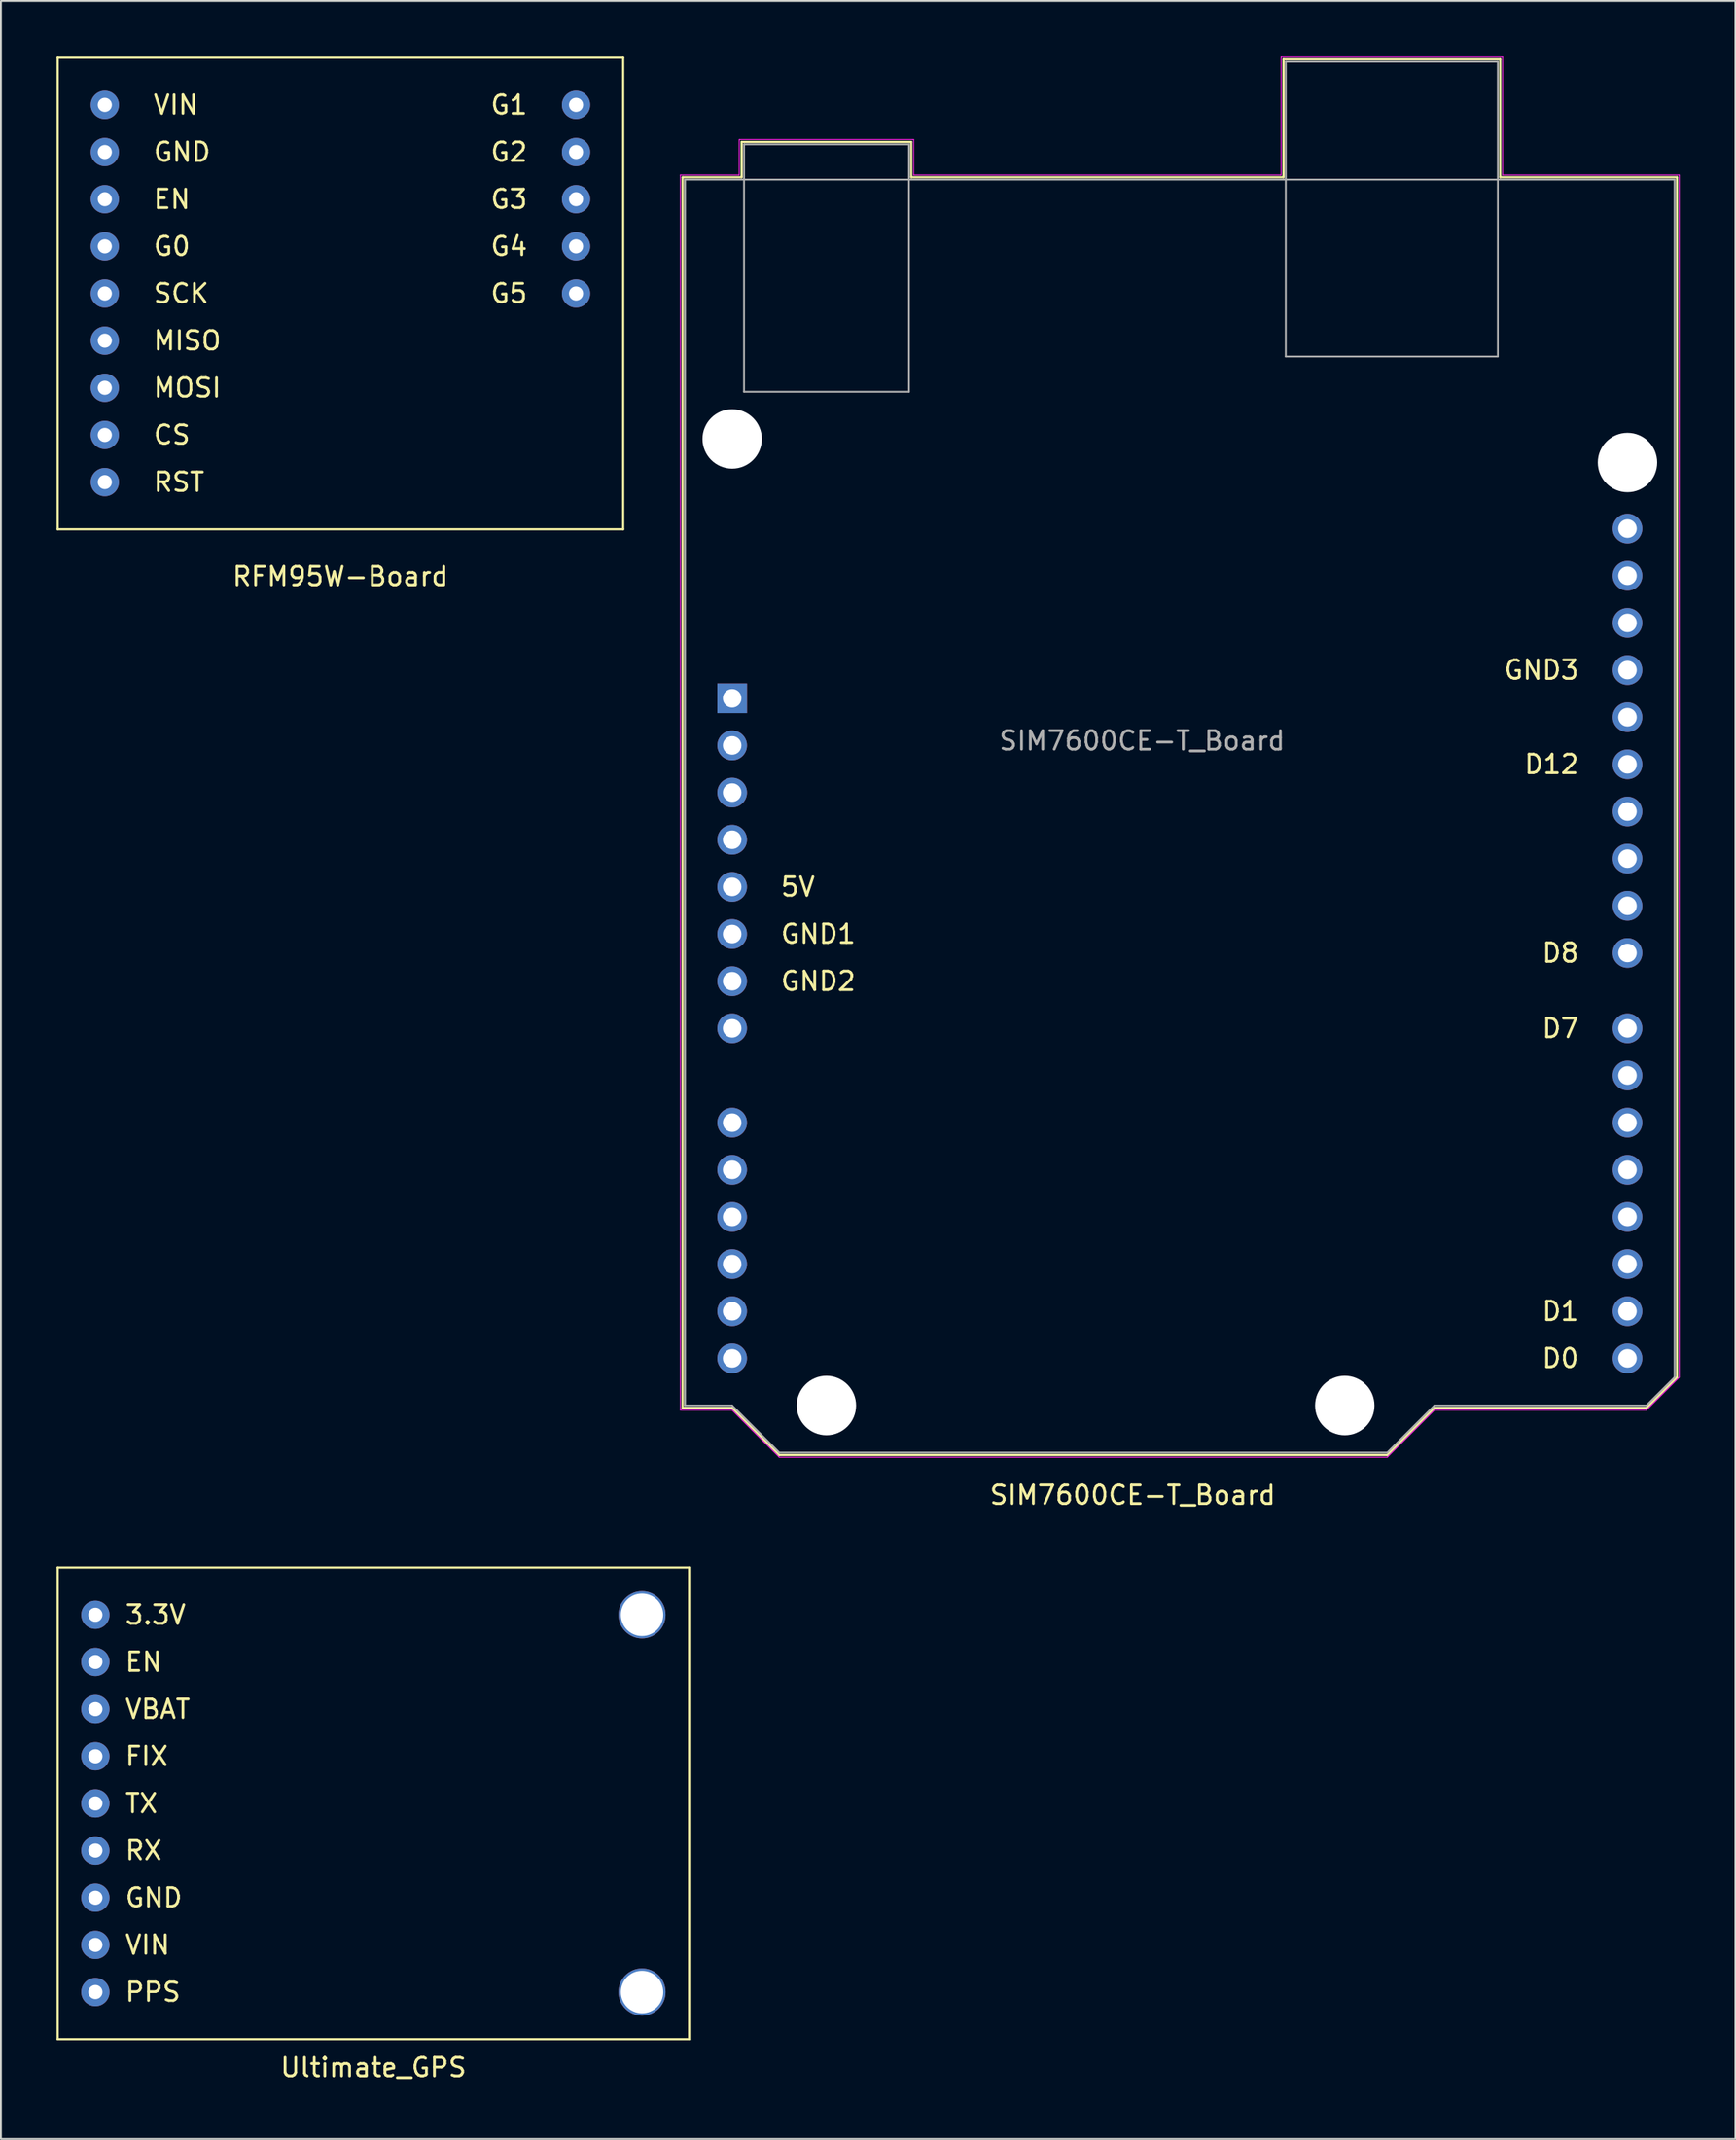
<source format=kicad_pcb>
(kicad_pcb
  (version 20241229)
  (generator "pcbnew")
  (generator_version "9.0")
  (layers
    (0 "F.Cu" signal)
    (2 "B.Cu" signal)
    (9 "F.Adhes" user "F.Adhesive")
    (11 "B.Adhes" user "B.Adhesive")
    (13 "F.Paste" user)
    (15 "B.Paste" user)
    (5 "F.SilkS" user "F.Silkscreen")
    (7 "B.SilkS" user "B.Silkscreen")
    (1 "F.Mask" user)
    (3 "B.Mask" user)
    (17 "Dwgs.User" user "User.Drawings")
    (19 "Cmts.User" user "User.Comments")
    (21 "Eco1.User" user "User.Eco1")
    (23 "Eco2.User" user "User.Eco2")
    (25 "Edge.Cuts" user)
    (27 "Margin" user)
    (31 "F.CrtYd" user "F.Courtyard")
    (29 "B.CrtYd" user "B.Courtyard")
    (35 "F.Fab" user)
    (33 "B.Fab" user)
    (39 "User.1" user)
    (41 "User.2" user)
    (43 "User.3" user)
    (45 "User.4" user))
  (footprint "SIM7600CE-T_Board"
    (layer "F.Cu")
    (at 58.513 49.551)
    (property "Reference" "SIM7600CE-T_Board" (at -0.508 27.94 180) (layer "F.SilkS") (effects (font (size 1 1) (thickness 0.15))))
    (attr through_hole)
    (fp_line (start -24.768 -43.056) (end -21.588 -43.056) (stroke (width 0.12) (type solid)) (layer "F.SilkS"))
    (fp_line (start -24.768 23.244) (end -24.768 -43.056) (stroke (width 0.12) (type solid)) (layer "F.SilkS"))
    (fp_line (start -22.098 23.244) (end -24.768 23.244) (stroke (width 0.12) (type solid)) (layer "F.SilkS"))
    (fp_line (start -21.588 -44.956) (end -12.448 -44.956) (stroke (width 0.12) (type solid)) (layer "F.SilkS"))
    (fp_line (start -21.588 -43.056) (end -21.588 -44.956) (stroke (width 0.12) (type solid)) (layer "F.SilkS"))
    (fp_line (start -19.558 25.784) (end -22.098 23.244) (stroke (width 0.12) (type solid)) (layer "F.SilkS"))
    (fp_line (start -12.448 -44.956) (end -12.448 -43.056) (stroke (width 0.12) (type solid)) (layer "F.SilkS"))
    (fp_line (start -12.448 -43.056) (end 7.622 -43.056) (stroke (width 0.12) (type solid)) (layer "F.SilkS"))
    (fp_line (start 7.622 -49.406) (end 19.302 -49.406) (stroke (width 0.12) (type solid)) (layer "F.SilkS"))
    (fp_line (start 7.622 -43.056) (end 7.622 -49.406) (stroke (width 0.12) (type solid)) (layer "F.SilkS"))
    (fp_line (start 13.212 25.784) (end -19.558 25.784) (stroke (width 0.12) (type solid)) (layer "F.SilkS"))
    (fp_line (start 15.752 23.244) (end 13.212 25.784) (stroke (width 0.12) (type solid)) (layer "F.SilkS"))
    (fp_line (start 19.302 -49.406) (end 19.302 -43.056) (stroke (width 0.12) (type solid)) (layer "F.SilkS"))
    (fp_line (start 19.302 -43.056) (end 28.832 -43.056) (stroke (width 0.12) (type solid)) (layer "F.SilkS"))
    (fp_line (start 27.182 23.244) (end 15.752 23.244) (stroke (width 0.12) (type solid)) (layer "F.SilkS"))
    (fp_line (start 28.832 -43.056) (end 28.832 21.594) (stroke (width 0.12) (type solid)) (layer "F.SilkS"))
    (fp_line (start 28.832 21.594) (end 27.182 23.244) (stroke (width 0.12) (type solid)) (layer "F.SilkS"))
    (fp_line (start -24.888 -43.176) (end -24.888 23.364) (stroke (width 0.05) (type solid)) (layer "F.CrtYd"))
    (fp_line (start -24.888 23.364) (end -22.098 23.364) (stroke (width 0.05) (type solid)) (layer "F.CrtYd"))
    (fp_line (start -22.098 23.364) (end -19.558 25.904) (stroke (width 0.05) (type solid)) (layer "F.CrtYd"))
    (fp_line (start -21.718 -45.086) (end -21.718 -43.176) (stroke (width 0.05) (type solid)) (layer "F.CrtYd"))
    (fp_line (start -21.718 -43.176) (end -24.888 -43.176) (stroke (width 0.05) (type solid)) (layer "F.CrtYd"))
    (fp_line (start -19.558 25.904) (end 13.212 25.904) (stroke (width 0.05) (type solid)) (layer "F.CrtYd"))
    (fp_line (start -12.318 -45.086) (end -21.718 -45.086) (stroke (width 0.05) (type solid)) (layer "F.CrtYd"))
    (fp_line (start -12.318 -43.176) (end -12.318 -45.086) (stroke (width 0.05) (type solid)) (layer "F.CrtYd"))
    (fp_line (start 7.492 -49.526) (end 7.492 -43.176) (stroke (width 0.05) (type solid)) (layer "F.CrtYd"))
    (fp_line (start 7.492 -43.176) (end -12.318 -43.176) (stroke (width 0.05) (type solid)) (layer "F.CrtYd"))
    (fp_line (start 13.212 25.904) (end 15.752 23.364) (stroke (width 0.05) (type solid)) (layer "F.CrtYd"))
    (fp_line (start 15.752 23.364) (end 27.182 23.364) (stroke (width 0.05) (type solid)) (layer "F.CrtYd"))
    (fp_line (start 19.432 -49.526) (end 7.492 -49.526) (stroke (width 0.05) (type solid)) (layer "F.CrtYd"))
    (fp_line (start 19.432 -43.176) (end 19.432 -49.526) (stroke (width 0.05) (type solid)) (layer "F.CrtYd"))
    (fp_line (start 27.182 23.364) (end 28.952 21.594) (stroke (width 0.05) (type solid)) (layer "F.CrtYd"))
    (fp_line (start 28.952 -43.176) (end 19.432 -43.176) (stroke (width 0.05) (type solid)) (layer "F.CrtYd"))
    (fp_line (start 28.952 21.594) (end 28.952 -43.176) (stroke (width 0.05) (type solid)) (layer "F.CrtYd"))
    (fp_line (start -24.638 -42.926) (end -24.638 23.114) (stroke (width 0.1) (type solid)) (layer "F.Fab"))
    (fp_line (start -24.638 23.114) (end -22.098 23.114) (stroke (width 0.1) (type solid)) (layer "F.Fab"))
    (fp_line (start -22.098 23.114) (end -19.558 25.654) (stroke (width 0.1) (type solid)) (layer "F.Fab"))
    (fp_line (start -21.458 -44.826) (end -21.458 -31.496) (stroke (width 0.1) (type solid)) (layer "F.Fab"))
    (fp_line (start -21.458 -31.496) (end -12.568 -31.496) (stroke (width 0.1) (type solid)) (layer "F.Fab"))
    (fp_line (start -19.558 25.654) (end 13.212 25.654) (stroke (width 0.1) (type solid)) (layer "F.Fab"))
    (fp_line (start -12.568 -44.826) (end -21.458 -44.826) (stroke (width 0.1) (type solid)) (layer "F.Fab"))
    (fp_line (start -12.568 -31.496) (end -12.568 -44.826) (stroke (width 0.1) (type solid)) (layer "F.Fab"))
    (fp_line (start 7.742 -49.276) (end 7.742 -33.396) (stroke (width 0.1) (type solid)) (layer "F.Fab"))
    (fp_line (start 7.742 -33.396) (end 19.172 -33.396) (stroke (width 0.1) (type solid)) (layer "F.Fab"))
    (fp_line (start 13.212 25.654) (end 15.752 23.114) (stroke (width 0.1) (type solid)) (layer "F.Fab"))
    (fp_line (start 15.752 23.114) (end 27.182 23.114) (stroke (width 0.1) (type solid)) (layer "F.Fab"))
    (fp_line (start 19.172 -49.276) (end 7.742 -49.276) (stroke (width 0.1) (type solid)) (layer "F.Fab"))
    (fp_line (start 19.172 -33.396) (end 19.172 -49.276) (stroke (width 0.1) (type solid)) (layer "F.Fab"))
    (fp_line (start 27.182 23.114) (end 28.702 21.594) (stroke (width 0.1) (type solid)) (layer "F.Fab"))
    (fp_line (start 28.702 -42.926) (end -24.638 -42.926) (stroke (width 0.1) (type solid)) (layer "F.Fab"))
    (fp_line (start 28.702 21.594) (end 28.702 -42.926) (stroke (width 0.1) (type solid)) (layer "F.Fab"))
    (fp_text user "D12" (at 23.622 -11.43 0) (layer "F.SilkS") (effects (font (size 1 1) (thickness 0.15)) (justify right)))
    (fp_text user "GND3" (at 23.622 -16.51 0) (layer "F.SilkS") (effects (font (size 1 1) (thickness 0.15)) (justify right)))
    (fp_text user "D8" (at 23.622 -1.27 0) (layer "F.SilkS") (effects (font (size 1 1) (thickness 0.15)) (justify right)))
    (fp_text user "D0" (at 23.622 20.574 0) (layer "F.SilkS") (effects (font (size 1 1) (thickness 0.15)) (justify right)))
    (fp_text user "GND2" (at -19.558 0.254 0) (layer "F.SilkS") (effects (font (size 1 1) (thickness 0.15)) (justify left)))
    (fp_text user "D1" (at 23.622 18.034 0) (layer "F.SilkS") (effects (font (size 1 1) (thickness 0.15)) (justify right)))
    (fp_text user "5V" (at -19.558 -4.826 0) (layer "F.SilkS") (effects (font (size 1 1) (thickness 0.15)) (justify left)))
    (fp_text user "GND1" (at -19.558 -2.286 0) (layer "F.SilkS") (effects (font (size 1 1) (thickness 0.15)) (justify left)))
    (fp_text user "D7" (at 23.622 2.794 0) (layer "F.SilkS") (effects (font (size 1 1) (thickness 0.15)) (justify right)))
    (fp_text user "${REFERENCE}" (at 0 -12.7 0) (layer "F.Fab") (effects (font (size 1 1) (thickness 0.15))))
    (pad "" np_thru_hole circle (at -22.098 -28.956) (size 3.2 3.2) (drill 3.2) (layers "*.Cu" "*.Mask"))
    (pad "" np_thru_hole circle (at -17.018 23.114) (size 3.2 3.2) (drill 3.2) (layers "*.Cu" "*.Mask"))
    (pad "" np_thru_hole circle (at 10.922 23.114) (size 3.2 3.2) (drill 3.2) (layers "*.Cu" "*.Mask"))
    (pad "" np_thru_hole circle (at 26.162 -27.686) (size 3.2 3.2) (drill 3.2) (layers "*.Cu" "*.Mask"))
    (pad "1" thru_hole rect (at -22.098 -14.986) (size 1.6 1.6) (drill 1) (layers "*.Cu" "*.Mask"))
    (pad "2" thru_hole oval (at -22.098 -12.446) (size 1.6 1.6) (drill 1) (layers "*.Cu" "*.Mask"))
    (pad "3" thru_hole oval (at -22.098 -9.906) (size 1.6 1.6) (drill 1) (layers "*.Cu" "*.Mask"))
    (pad "4" thru_hole oval (at -22.098 -7.366) (size 1.6 1.6) (drill 1) (layers "*.Cu" "*.Mask"))
    (pad "5" thru_hole oval (at -22.098 -4.826) (size 1.6 1.6) (drill 1) (layers "*.Cu" "*.Mask"))
    (pad "6" thru_hole oval (at -22.098 -2.286) (size 1.6 1.6) (drill 1) (layers "*.Cu" "*.Mask"))
    (pad "7" thru_hole oval (at -22.098 0.254) (size 1.6 1.6) (drill 1) (layers "*.Cu" "*.Mask"))
    (pad "8" thru_hole oval (at -22.098 2.794) (size 1.6 1.6) (drill 1) (layers "*.Cu" "*.Mask"))
    (pad "9" thru_hole oval (at -22.098 7.874) (size 1.6 1.6) (drill 1) (layers "*.Cu" "*.Mask"))
    (pad "10" thru_hole oval (at -22.098 10.414) (size 1.6 1.6) (drill 1) (layers "*.Cu" "*.Mask"))
    (pad "11" thru_hole oval (at -22.098 12.954) (size 1.6 1.6) (drill 1) (layers "*.Cu" "*.Mask"))
    (pad "12" thru_hole oval (at -22.098 15.494) (size 1.6 1.6) (drill 1) (layers "*.Cu" "*.Mask"))
    (pad "13" thru_hole oval (at -22.098 18.034) (size 1.6 1.6) (drill 1) (layers "*.Cu" "*.Mask"))
    (pad "14" thru_hole oval (at -22.098 20.574) (size 1.6 1.6) (drill 1) (layers "*.Cu" "*.Mask"))
    (pad "15" thru_hole oval (at 26.162 20.574) (size 1.6 1.6) (drill 1) (layers "*.Cu" "*.Mask"))
    (pad "16" thru_hole oval (at 26.162 18.034) (size 1.6 1.6) (drill 1) (layers "*.Cu" "*.Mask"))
    (pad "17" thru_hole oval (at 26.162 15.494) (size 1.6 1.6) (drill 1) (layers "*.Cu" "*.Mask"))
    (pad "18" thru_hole oval (at 26.162 12.954) (size 1.6 1.6) (drill 1) (layers "*.Cu" "*.Mask"))
    (pad "19" thru_hole oval (at 26.162 10.414) (size 1.6 1.6) (drill 1) (layers "*.Cu" "*.Mask"))
    (pad "20" thru_hole oval (at 26.162 7.874) (size 1.6 1.6) (drill 1) (layers "*.Cu" "*.Mask"))
    (pad "21" thru_hole oval (at 26.162 5.334) (size 1.6 1.6) (drill 1) (layers "*.Cu" "*.Mask"))
    (pad "22" thru_hole oval (at 26.162 2.794) (size 1.6 1.6) (drill 1) (layers "*.Cu" "*.Mask"))
    (pad "23" thru_hole oval (at 26.162 -1.266) (size 1.6 1.6) (drill 1) (layers "*.Cu" "*.Mask"))
    (pad "24" thru_hole oval (at 26.162 -3.806) (size 1.6 1.6) (drill 1) (layers "*.Cu" "*.Mask"))
    (pad "25" thru_hole oval (at 26.162 -6.346) (size 1.6 1.6) (drill 1) (layers "*.Cu" "*.Mask"))
    (pad "26" thru_hole oval (at 26.162 -8.886) (size 1.6 1.6) (drill 1) (layers "*.Cu" "*.Mask"))
    (pad "27" thru_hole oval (at 26.162 -11.426) (size 1.6 1.6) (drill 1) (layers "*.Cu" "*.Mask"))
    (pad "28" thru_hole oval (at 26.162 -13.966) (size 1.6 1.6) (drill 1) (layers "*.Cu" "*.Mask"))
    (pad "29" thru_hole oval (at 26.162 -16.506) (size 1.6 1.6) (drill 1) (layers "*.Cu" "*.Mask"))
    (pad "30" thru_hole oval (at 26.162 -19.046) (size 1.6 1.6) (drill 1) (layers "*.Cu" "*.Mask"))
    (pad "31" thru_hole oval (at 26.162 -21.586) (size 1.6 1.6) (drill 1) (layers "*.Cu" "*.Mask"))
    (pad "32" thru_hole oval (at 26.162 -24.126) (size 1.6 1.6) (drill 1) (layers "*.Cu" "*.Mask")))
  (footprint "Ultimate_GPS"
    (layer "F.Cu")
    (at 17.078 94.099)
    (property "Reference" "Ultimate_GPS" (at 0 14.224 0) (layer "F.SilkS") (effects (font (size 1 1) (thickness 0.15))))
    (attr through_hole)
    (fp_line (start -17.018 -12.7) (end -17.018 12.7) (stroke (width 0.12) (type solid)) (layer "F.SilkS"))
    (fp_line (start -17.018 12.7) (end 17.018 12.7) (stroke (width 0.12) (type solid)) (layer "F.SilkS"))
    (fp_line (start 17.018 -12.7) (end -17.018 -12.7) (stroke (width 0.12) (type solid)) (layer "F.SilkS"))
    (fp_line (start 17.018 12.7) (end 17.018 -12.7) (stroke (width 0.12) (type solid)) (layer "F.SilkS"))
    (fp_text user "PPS" (at -13.462 10.16 0) (layer "F.SilkS") (effects (font (size 1 1) (thickness 0.15)) (justify left)))
    (fp_text user "FIX" (at -13.462 -2.54 0) (layer "F.SilkS") (effects (font (size 1 1) (thickness 0.15)) (justify left)))
    (fp_text user "VIN" (at -13.462 7.62 0) (layer "F.SilkS") (effects (font (size 1 1) (thickness 0.15)) (justify left)))
    (fp_text user "EN" (at -13.462 -7.62 0) (layer "F.SilkS") (effects (font (size 1 1) (thickness 0.15)) (justify left)))
    (fp_text user "VBAT" (at -13.462 -5.08 0) (layer "F.SilkS") (effects (font (size 1 1) (thickness 0.15)) (justify left)))
    (fp_text user "RX" (at -13.462 2.54 0) (layer "F.SilkS") (effects (font (size 1 1) (thickness 0.15)) (justify left)))
    (fp_text user "3.3V" (at -13.462 -10.16 0) (layer "F.SilkS") (effects (font (size 1 1) (thickness 0.15)) (justify left)))
    (fp_text user "GND" (at -13.462 5.08 0) (layer "F.SilkS") (effects (font (size 1 1) (thickness 0.15)) (justify left)))
    (fp_text user "TX" (at -13.462 0 0) (layer "F.SilkS") (effects (font (size 1 1) (thickness 0.15)) (justify left)))
    (pad "1" thru_hole circle (at -14.986 -10.16) (size 1.524 1.524) (drill 0.762) (layers "*.Cu" "*.Mask"))
    (pad "2" thru_hole circle (at -14.986 -7.62) (size 1.524 1.524) (drill 0.762) (layers "*.Cu" "*.Mask"))
    (pad "3" thru_hole circle (at -14.986 -5.08) (size 1.524 1.524) (drill 0.762) (layers "*.Cu" "*.Mask"))
    (pad "4" thru_hole circle (at -14.986 -2.54) (size 1.524 1.524) (drill 0.762) (layers "*.Cu" "*.Mask"))
    (pad "5" thru_hole circle (at -14.986 0) (size 1.524 1.524) (drill 0.762) (layers "*.Cu" "*.Mask"))
    (pad "6" thru_hole circle (at -14.986 2.54) (size 1.524 1.524) (drill 0.762) (layers "*.Cu" "*.Mask"))
    (pad "7" thru_hole circle (at -14.986 5.08) (size 1.524 1.524) (drill 0.762) (layers "*.Cu" "*.Mask"))
    (pad "8" thru_hole circle (at -14.986 7.62) (size 1.524 1.524) (drill 0.762) (layers "*.Cu" "*.Mask"))
    (pad "9" thru_hole circle (at -14.986 10.16) (size 1.524 1.524) (drill 0.762) (layers "*.Cu" "*.Mask"))
    (pad "10" thru_hole circle (at 14.478 10.16) (size 2.54 2.54) (drill 2.286) (layers "*.Cu" "*.Mask"))
    (pad "11" thru_hole circle (at 14.478 -10.16) (size 2.54 2.54) (drill 2.286) (layers "*.Cu" "*.Mask")))
  (footprint "RFM95W-Board"
    (layer "F.Cu")
    (at 15.3 12.76)
    (property "Reference" "RFM95W-Board" (at 0 15.24 0) (layer "F.SilkS") (effects (font (size 1 1) (thickness 0.15))))
    (attr through_hole)
    (fp_line (start -15.24 -12.7) (end -15.24 12.7) (stroke (width 0.12) (type solid)) (layer "F.SilkS"))
    (fp_line (start -15.24 12.7) (end 15.24 12.7) (stroke (width 0.12) (type solid)) (layer "F.SilkS"))
    (fp_line (start 15.24 -12.7) (end -15.24 -12.7) (stroke (width 0.12) (type solid)) (layer "F.SilkS"))
    (fp_line (start 15.24 12.7) (end 15.24 -12.7) (stroke (width 0.12) (type solid)) (layer "F.SilkS"))
    (fp_text user "G4" (at 10.16 -2.54 0) (layer "F.SilkS") (effects (font (size 1 1) (thickness 0.15)) (justify right)))
    (fp_text user "EN" (at -10.16 -5.08 0) (layer "F.SilkS") (effects (font (size 1 1) (thickness 0.15)) (justify left)))
    (fp_text user "G5" (at 10.16 0 0) (layer "F.SilkS") (effects (font (size 1 1) (thickness 0.15)) (justify right)))
    (fp_text user "RST" (at -10.16 10.16 0) (layer "F.SilkS") (effects (font (size 1 1) (thickness 0.15)) (justify left)))
    (fp_text user "CS" (at -10.16 7.62 0) (layer "F.SilkS") (effects (font (size 1 1) (thickness 0.15)) (justify left)))
    (fp_text user "MOSI" (at -10.16 5.08 0) (layer "F.SilkS") (effects (font (size 1 1) (thickness 0.15)) (justify left)))
    (fp_text user "VIN" (at -10.16 -10.16 0) (layer "F.SilkS") (effects (font (size 1 1) (thickness 0.15)) (justify left)))
    (fp_text user "G3" (at 10.16 -5.08 0) (layer "F.SilkS") (effects (font (size 1 1) (thickness 0.15)) (justify right)))
    (fp_text user "G2" (at 10.16 -7.62 0) (layer "F.SilkS") (effects (font (size 1 1) (thickness 0.15)) (justify right)))
    (fp_text user "SCK" (at -10.16 0 0) (layer "F.SilkS") (effects (font (size 1 1) (thickness 0.15)) (justify left)))
    (fp_text user "G0" (at -10.16 -2.54 0) (layer "F.SilkS") (effects (font (size 1 1) (thickness 0.15)) (justify left)))
    (fp_text user "MISO" (at -10.16 2.54 0) (layer "F.SilkS") (effects (font (size 1 1) (thickness 0.15)) (justify left)))
    (fp_text user "GND" (at -10.16 -7.62 0) (layer "F.SilkS") (effects (font (size 1 1) (thickness 0.15)) (justify left)))
    (fp_text user "G1" (at 10.16 -10.16 0) (layer "F.SilkS") (effects (font (size 1 1) (thickness 0.15)) (justify right)))
    (pad "1" thru_hole circle (at -12.7 -10.16) (size 1.524 1.524) (drill 0.762) (layers "*.Cu" "*.Mask"))
    (pad "2" thru_hole circle (at -12.7 -7.62) (size 1.524 1.524) (drill 0.762) (layers "*.Cu" "*.Mask"))
    (pad "3" thru_hole circle (at -12.7 -5.08) (size 1.524 1.524) (drill 0.762) (layers "*.Cu" "*.Mask"))
    (pad "4" thru_hole circle (at -12.7 -2.54) (size 1.524 1.524) (drill 0.762) (layers "*.Cu" "*.Mask"))
    (pad "5" thru_hole circle (at -12.7 0) (size 1.524 1.524) (drill 0.762) (layers "*.Cu" "*.Mask"))
    (pad "6" thru_hole circle (at -12.7 2.54) (size 1.524 1.524) (drill 0.762) (layers "*.Cu" "*.Mask"))
    (pad "7" thru_hole circle (at -12.7 5.08) (size 1.524 1.524) (drill 0.762) (layers "*.Cu" "*.Mask"))
    (pad "8" thru_hole circle (at -12.7 7.62) (size 1.524 1.524) (drill 0.762) (layers "*.Cu" "*.Mask"))
    (pad "9" thru_hole circle (at -12.7 10.16) (size 1.524 1.524) (drill 0.762) (layers "*.Cu" "*.Mask"))
    (pad "10" thru_hole circle (at 12.7 0) (size 1.524 1.524) (drill 0.762) (layers "*.Cu" "*.Mask"))
    (pad "11" thru_hole circle (at 12.7 -2.54) (size 1.524 1.524) (drill 0.762) (layers "*.Cu" "*.Mask"))
    (pad "12" thru_hole circle (at 12.7 -5.08) (size 1.524 1.524) (drill 0.762) (layers "*.Cu" "*.Mask"))
    (pad "13" thru_hole circle (at 12.7 -7.62) (size 1.524 1.524) (drill 0.762) (layers "*.Cu" "*.Mask"))
    (pad "14" thru_hole circle (at 12.7 -10.16) (size 1.524 1.524) (drill 0.762) (layers "*.Cu" "*.Mask")))
  (gr_rect
    (start -3 -3)
    (end 90.49 112.171)
    (stroke (width 0.1) (type default))
    (fill no)
    (layer "Edge.Cuts")))
</source>
